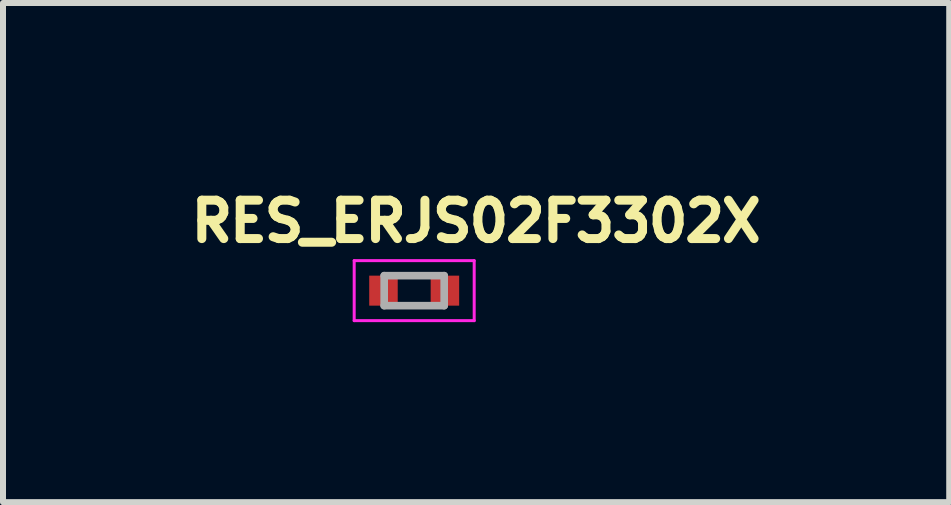
<source format=kicad_pcb>
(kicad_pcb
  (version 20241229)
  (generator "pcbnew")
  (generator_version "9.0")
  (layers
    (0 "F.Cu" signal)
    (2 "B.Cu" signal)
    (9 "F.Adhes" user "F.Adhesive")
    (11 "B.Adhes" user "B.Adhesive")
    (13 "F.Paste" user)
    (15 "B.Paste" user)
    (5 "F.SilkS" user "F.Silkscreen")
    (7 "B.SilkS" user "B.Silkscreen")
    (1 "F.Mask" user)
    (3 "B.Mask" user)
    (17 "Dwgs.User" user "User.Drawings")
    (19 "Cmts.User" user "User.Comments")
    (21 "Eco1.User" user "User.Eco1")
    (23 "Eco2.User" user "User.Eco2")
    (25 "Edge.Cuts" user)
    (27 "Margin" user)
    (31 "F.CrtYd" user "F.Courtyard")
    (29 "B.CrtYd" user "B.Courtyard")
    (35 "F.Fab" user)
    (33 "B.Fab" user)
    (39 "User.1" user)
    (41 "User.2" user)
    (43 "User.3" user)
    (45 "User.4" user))
  (footprint "RES_ERJS02F3302X"
    (layer "F.Cu")
    (at 3.853 1.794)
    (property "Reference" "RES_ERJS02F3302X" (at 1.032 -1.156 0) (layer "F.SilkS") (effects (font (size 0.64 0.64) (thickness 0.15))))
    (attr smd)
    (fp_line (start -1 -0.5) (end -1 0.5) (stroke (width 0.05) (type solid)) (layer "F.CrtYd"))
    (fp_line (start -1 0.5) (end 1 0.5) (stroke (width 0.05) (type solid)) (layer "F.CrtYd"))
    (fp_line (start 1 -0.5) (end -1 -0.5) (stroke (width 0.05) (type solid)) (layer "F.CrtYd"))
    (fp_line (start 1 0.5) (end 1 -0.5) (stroke (width 0.05) (type solid)) (layer "F.CrtYd"))
    (fp_line (start -0.5 -0.25) (end -0.5 0.25) (stroke (width 0.127) (type solid)) (layer "F.Fab"))
    (fp_line (start -0.5 -0.25) (end 0.5 -0.25) (stroke (width 0.127) (type solid)) (layer "F.Fab"))
    (fp_line (start -0.5 0.25) (end 0.5 0.25) (stroke (width 0.127) (type solid)) (layer "F.Fab"))
    (fp_line (start 0.5 -0.25) (end 0.5 0.25) (stroke (width 0.127) (type solid)) (layer "F.Fab"))
    (pad "1" smd rect (at -0.512 0) (size 0.475 0.5) (layers "F.Cu" "F.Mask" "F.Paste"))
    (pad "2" smd rect (at 0.512 0) (size 0.475 0.5) (layers "F.Cu" "F.Mask" "F.Paste")))
  (gr_rect
    (start -3 -3)
    (end 12.77 5.319)
    (stroke (width 0.1) (type default))
    (fill no)
    (layer "Edge.Cuts")))
</source>
